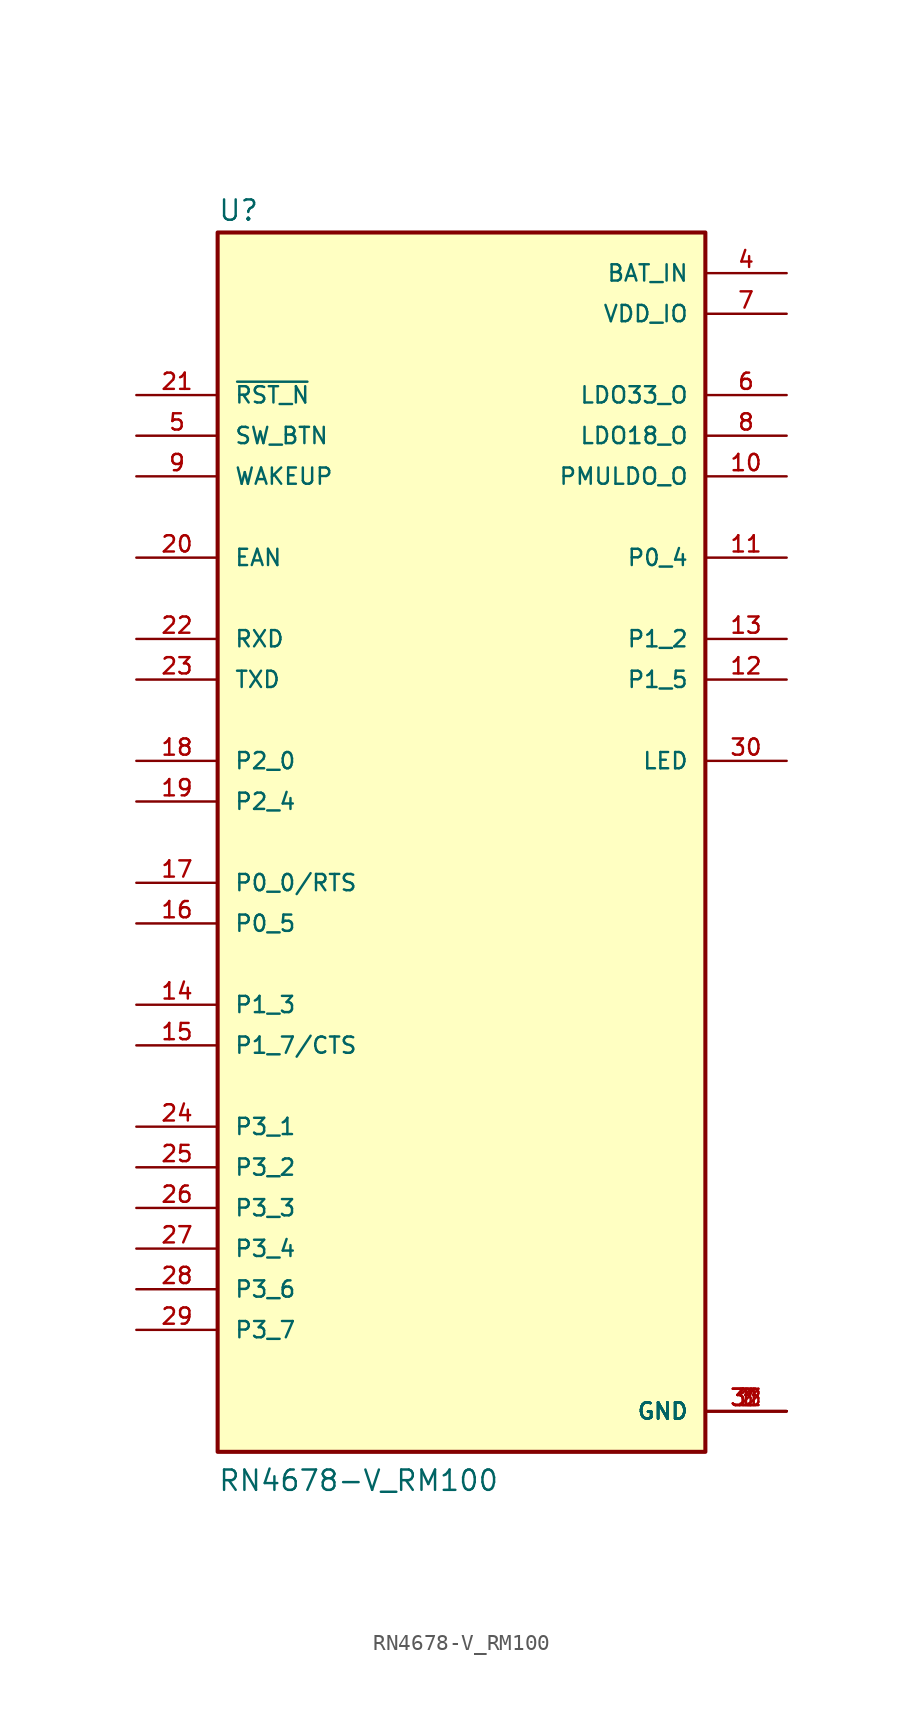
<source format=kicad_sym>
(kicad_symbol_lib
  (version 20211014)
  (generator kicad_symbol_editor)
  (symbol "RN4678-V_RM100"
    (pin_names
      (offset 1.016))
    (property "Reference" "U"
      (at -15.24 38.735 0)
      (effects (font (size 1.27 1.27)) (justify bottom left)))
    (property "Value" "RN4678-V_RM100"
      (at -15.24 -40.64 0)
      (effects (font (size 1.27 1.27)) (justify bottom left)))
    (symbol "RN4678-V_RM100_0_0"
      (rectangle (start -15.24 -38.1) (end 15.24 38.1) (stroke (width 0.254)) (fill (type background)))
      (pin power_in line (at 20.32 -35.56 180.0) (length 5.08) (name "GND" (effects (font (size 1.016 1.016)))) (number "1" (effects (font (size 1.016 1.016)))))
      (pin power_in line (at 20.32 -35.56 180.0) (length 5.08) (name "GND" (effects (font (size 1.016 1.016)))) (number "2" (effects (font (size 1.016 1.016)))))
      (pin power_in line (at 20.32 -35.56 180.0) (length 5.08) (name "GND" (effects (font (size 1.016 1.016)))) (number "3" (effects (font (size 1.016 1.016)))))
      (pin power_in line (at 20.32 -35.56 180.0) (length 5.08) (name "GND" (effects (font (size 1.016 1.016)))) (number "31" (effects (font (size 1.016 1.016)))))
      (pin power_in line (at 20.32 -35.56 180.0) (length 5.08) (name "GND" (effects (font (size 1.016 1.016)))) (number "32" (effects (font (size 1.016 1.016)))))
      (pin power_in line (at 20.32 -35.56 180.0) (length 5.08) (name "GND" (effects (font (size 1.016 1.016)))) (number "33" (effects (font (size 1.016 1.016)))))
      (pin power_in line (at 20.32 35.56 180.0) (length 5.08) (name "BAT_IN" (effects (font (size 1.016 1.016)))) (number "4" (effects (font (size 1.016 1.016)))))
      (pin input line (at -20.32 25.4 0) (length 5.08) (name "SW_BTN" (effects (font (size 1.016 1.016)))) (number "5" (effects (font (size 1.016 1.016)))))
      (pin output line (at 20.32 27.94 180.0) (length 5.08) (name "LDO33_O" (effects (font (size 1.016 1.016)))) (number "6" (effects (font (size 1.016 1.016)))))
      (pin power_in line (at 20.32 33.02 180.0) (length 5.08) (name "VDD_IO" (effects (font (size 1.016 1.016)))) (number "7" (effects (font (size 1.016 1.016)))))
      (pin output line (at 20.32 25.4 180.0) (length 5.08) (name "LDO18_O" (effects (font (size 1.016 1.016)))) (number "8" (effects (font (size 1.016 1.016)))))
      (pin input line (at -20.32 22.86 0) (length 5.08) (name "WAKEUP" (effects (font (size 1.016 1.016)))) (number "9" (effects (font (size 1.016 1.016)))))
      (pin output line (at 20.32 22.86 180.0) (length 5.08) (name "PMULDO_O" (effects (font (size 1.016 1.016)))) (number "10" (effects (font (size 1.016 1.016)))))
      (pin output line (at 20.32 17.78 180.0) (length 5.08) (name "P0_4" (effects (font (size 1.016 1.016)))) (number "11" (effects (font (size 1.016 1.016)))))
      (pin output line (at 20.32 10.16 180.0) (length 5.08) (name "P1_5" (effects (font (size 1.016 1.016)))) (number "12" (effects (font (size 1.016 1.016)))))
      (pin output line (at 20.32 12.7 180.0) (length 5.08) (name "P1_2" (effects (font (size 1.016 1.016)))) (number "13" (effects (font (size 1.016 1.016)))))
      (pin bidirectional line (at -20.32 -10.16 0) (length 5.08) (name "P1_3" (effects (font (size 1.016 1.016)))) (number "14" (effects (font (size 1.016 1.016)))))
      (pin bidirectional line (at -20.32 -12.7 0) (length 5.08) (name "P1_7/CTS" (effects (font (size 1.016 1.016)))) (number "15" (effects (font (size 1.016 1.016)))))
      (pin bidirectional line (at -20.32 -5.08 0) (length 5.08) (name "P0_5" (effects (font (size 1.016 1.016)))) (number "16" (effects (font (size 1.016 1.016)))))
      (pin bidirectional line (at -20.32 -2.54 0) (length 5.08) (name "P0_0/RTS" (effects (font (size 1.016 1.016)))) (number "17" (effects (font (size 1.016 1.016)))))
      (pin input line (at -20.32 5.08 0) (length 5.08) (name "P2_0" (effects (font (size 1.016 1.016)))) (number "18" (effects (font (size 1.016 1.016)))))
      (pin input line (at -20.32 2.54 0) (length 5.08) (name "P2_4" (effects (font (size 1.016 1.016)))) (number "19" (effects (font (size 1.016 1.016)))))
      (pin input line (at -20.32 17.78 0) (length 5.08) (name "EAN" (effects (font (size 1.016 1.016)))) (number "20" (effects (font (size 1.016 1.016)))))
      (pin input line (at -20.32 27.94 0) (length 5.08) (name "~{RST_N}" (effects (font (size 1.016 1.016)))) (number "21" (effects (font (size 1.016 1.016)))))
      (pin input line (at -20.32 12.7 0) (length 5.08) (name "RXD" (effects (font (size 1.016 1.016)))) (number "22" (effects (font (size 1.016 1.016)))))
      (pin output line (at -20.32 10.16 0) (length 5.08) (name "TXD" (effects (font (size 1.016 1.016)))) (number "23" (effects (font (size 1.016 1.016)))))
      (pin bidirectional line (at -20.32 -17.78 0) (length 5.08) (name "P3_1" (effects (font (size 1.016 1.016)))) (number "24" (effects (font (size 1.016 1.016)))))
      (pin bidirectional line (at -20.32 -20.32 0) (length 5.08) (name "P3_2" (effects (font (size 1.016 1.016)))) (number "25" (effects (font (size 1.016 1.016)))))
      (pin bidirectional line (at -20.32 -22.86 0) (length 5.08) (name "P3_3" (effects (font (size 1.016 1.016)))) (number "26" (effects (font (size 1.016 1.016)))))
      (pin bidirectional line (at -20.32 -25.4 0) (length 5.08) (name "P3_4" (effects (font (size 1.016 1.016)))) (number "27" (effects (font (size 1.016 1.016)))))
      (pin bidirectional line (at -20.32 -27.94 0) (length 5.08) (name "P3_6" (effects (font (size 1.016 1.016)))) (number "28" (effects (font (size 1.016 1.016)))))
      (pin bidirectional line (at -20.32 -30.48 0) (length 5.08) (name "P3_7" (effects (font (size 1.016 1.016)))) (number "29" (effects (font (size 1.016 1.016)))))
      (pin output line (at 20.32 5.08 180.0) (length 5.08) (name "LED" (effects (font (size 1.016 1.016)))) (number "30" (effects (font (size 1.016 1.016))))))))
</source>
